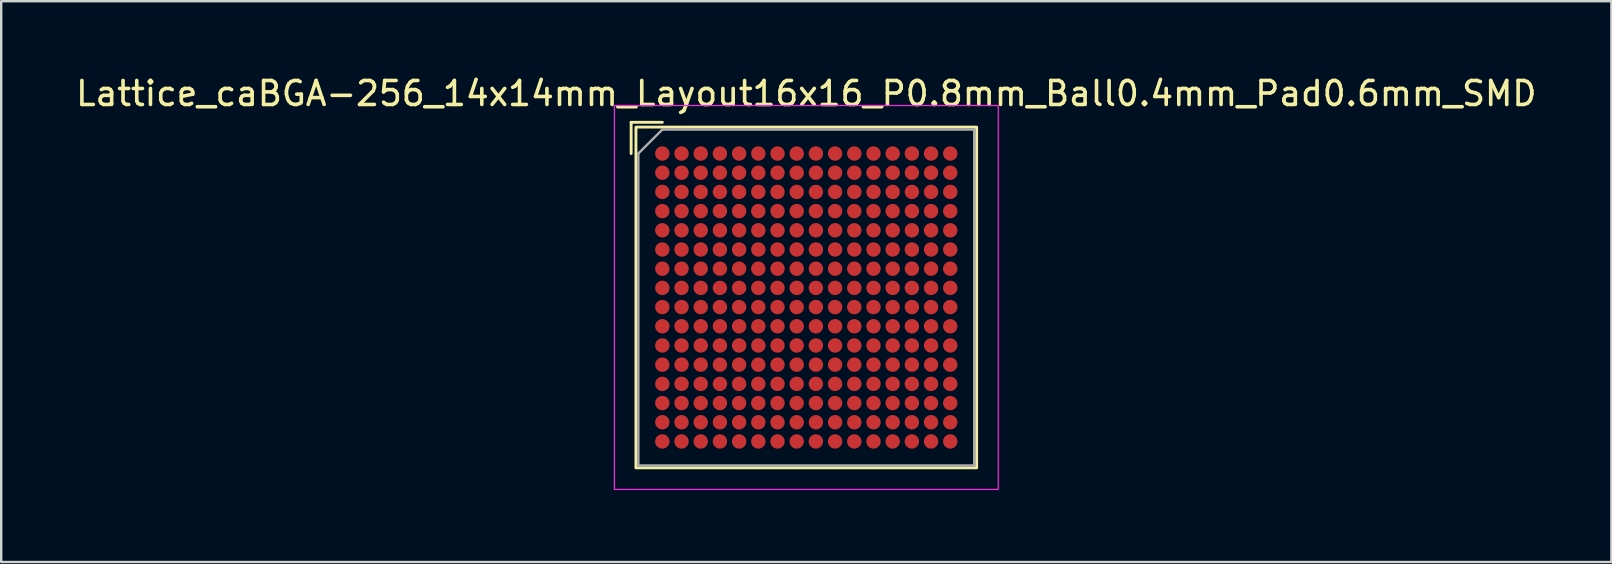
<source format=kicad_pcb>
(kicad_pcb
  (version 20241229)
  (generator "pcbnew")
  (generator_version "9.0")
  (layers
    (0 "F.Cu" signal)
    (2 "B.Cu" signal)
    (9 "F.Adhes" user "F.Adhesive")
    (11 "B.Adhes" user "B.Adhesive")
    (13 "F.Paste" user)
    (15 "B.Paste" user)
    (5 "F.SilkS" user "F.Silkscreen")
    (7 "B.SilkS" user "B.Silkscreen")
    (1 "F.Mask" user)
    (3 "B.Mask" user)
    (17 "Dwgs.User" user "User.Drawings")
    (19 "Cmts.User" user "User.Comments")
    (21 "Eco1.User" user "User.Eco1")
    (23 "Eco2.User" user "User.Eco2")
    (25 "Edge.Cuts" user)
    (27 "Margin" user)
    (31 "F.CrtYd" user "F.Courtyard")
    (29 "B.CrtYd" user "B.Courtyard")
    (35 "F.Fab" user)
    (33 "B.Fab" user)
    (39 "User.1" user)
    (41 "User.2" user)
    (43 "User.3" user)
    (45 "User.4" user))
  (footprint "Lattice_caBGA-256_14x14mm_Layout16x16_P0.8mm_Ball0.4mm_Pad0.6mm_SMD"
    (layer "F.Cu")
    (at 30.554 9.348)
    (property "Reference" "Lattice_caBGA-256_14x14mm_Layout16x16_P0.8mm_Ball0.4mm_Pad0.6mm_SMD" (at 0 -8.5 0) (unlocked yes) (layer "F.SilkS") (effects (font (size 1 1) (thickness 0.15))))
    (attr smd)
    (fp_line (start -7.3 -7.3) (end -7.3 -6) (stroke (width 0.12) (type solid)) (layer "F.SilkS"))
    (fp_line (start -7.3 -7.3) (end -6 -7.3) (stroke (width 0.12) (type solid)) (layer "F.SilkS"))
    (fp_rect (start -7.1 -7.1) (end 7.1 7.1) (stroke (width 0.12) (type solid)) (fill no) (layer "F.SilkS"))
    (fp_rect (start -8 -8) (end 8 8) (stroke (width 0.05) (type solid)) (fill no) (layer "F.CrtYd"))
    (fp_line (start -7 -6) (end -6 -7) (stroke (width 0.1) (type solid)) (layer "F.Fab"))
    (fp_line (start -7 7) (end -7 -6) (stroke (width 0.1) (type solid)) (layer "F.Fab"))
    (fp_line (start -6 -7) (end 7 -7) (stroke (width 0.1) (type solid)) (layer "F.Fab"))
    (fp_line (start 7 -7) (end 7 7) (stroke (width 0.1) (type solid)) (layer "F.Fab"))
    (fp_line (start 7 7) (end -7 7) (stroke (width 0.1) (type solid)) (layer "F.Fab"))
    (pad "A1" smd circle (at -6 -6) (size 0.6 0.6) (layers "F.Cu" "F.Mask" "F.Paste"))
    (pad "A2" smd circle (at -5.2 -6) (size 0.6 0.6) (layers "F.Cu" "F.Mask" "F.Paste"))
    (pad "A3" smd circle (at -4.4 -6) (size 0.6 0.6) (layers "F.Cu" "F.Mask" "F.Paste"))
    (pad "A4" smd circle (at -3.6 -6) (size 0.6 0.6) (layers "F.Cu" "F.Mask" "F.Paste"))
    (pad "A5" smd circle (at -2.8 -6) (size 0.6 0.6) (layers "F.Cu" "F.Mask" "F.Paste"))
    (pad "A6" smd circle (at -2 -6) (size 0.6 0.6) (layers "F.Cu" "F.Mask" "F.Paste"))
    (pad "A7" smd circle (at -1.2 -6) (size 0.6 0.6) (layers "F.Cu" "F.Mask" "F.Paste"))
    (pad "A8" smd circle (at -0.4 -6) (size 0.6 0.6) (layers "F.Cu" "F.Mask" "F.Paste"))
    (pad "A9" smd circle (at 0.4 -6) (size 0.6 0.6) (layers "F.Cu" "F.Mask" "F.Paste"))
    (pad "A10" smd circle (at 1.2 -6) (size 0.6 0.6) (layers "F.Cu" "F.Mask" "F.Paste"))
    (pad "A11" smd circle (at 2 -6) (size 0.6 0.6) (layers "F.Cu" "F.Mask" "F.Paste"))
    (pad "A12" smd circle (at 2.8 -6) (size 0.6 0.6) (layers "F.Cu" "F.Mask" "F.Paste"))
    (pad "A13" smd circle (at 3.6 -6) (size 0.6 0.6) (layers "F.Cu" "F.Mask" "F.Paste"))
    (pad "A14" smd circle (at 4.4 -6) (size 0.6 0.6) (layers "F.Cu" "F.Mask" "F.Paste"))
    (pad "A15" smd circle (at 5.2 -6) (size 0.6 0.6) (layers "F.Cu" "F.Mask" "F.Paste"))
    (pad "A16" smd circle (at 6 -6) (size 0.6 0.6) (layers "F.Cu" "F.Mask" "F.Paste"))
    (pad "B1" smd circle (at -6 -5.2) (size 0.6 0.6) (layers "F.Cu" "F.Mask" "F.Paste"))
    (pad "B2" smd circle (at -5.2 -5.2) (size 0.6 0.6) (layers "F.Cu" "F.Mask" "F.Paste"))
    (pad "B3" smd circle (at -4.4 -5.2) (size 0.6 0.6) (layers "F.Cu" "F.Mask" "F.Paste"))
    (pad "B4" smd circle (at -3.6 -5.2) (size 0.6 0.6) (layers "F.Cu" "F.Mask" "F.Paste"))
    (pad "B5" smd circle (at -2.8 -5.2) (size 0.6 0.6) (layers "F.Cu" "F.Mask" "F.Paste"))
    (pad "B6" smd circle (at -2 -5.2) (size 0.6 0.6) (layers "F.Cu" "F.Mask" "F.Paste"))
    (pad "B7" smd circle (at -1.2 -5.2) (size 0.6 0.6) (layers "F.Cu" "F.Mask" "F.Paste"))
    (pad "B8" smd circle (at -0.4 -5.2) (size 0.6 0.6) (layers "F.Cu" "F.Mask" "F.Paste"))
    (pad "B9" smd circle (at 0.4 -5.2) (size 0.6 0.6) (layers "F.Cu" "F.Mask" "F.Paste"))
    (pad "B10" smd circle (at 1.2 -5.2) (size 0.6 0.6) (layers "F.Cu" "F.Mask" "F.Paste"))
    (pad "B11" smd circle (at 2 -5.2) (size 0.6 0.6) (layers "F.Cu" "F.Mask" "F.Paste"))
    (pad "B12" smd circle (at 2.8 -5.2) (size 0.6 0.6) (layers "F.Cu" "F.Mask" "F.Paste"))
    (pad "B13" smd circle (at 3.6 -5.2) (size 0.6 0.6) (layers "F.Cu" "F.Mask" "F.Paste"))
    (pad "B14" smd circle (at 4.4 -5.2) (size 0.6 0.6) (layers "F.Cu" "F.Mask" "F.Paste"))
    (pad "B15" smd circle (at 5.2 -5.2) (size 0.6 0.6) (layers "F.Cu" "F.Mask" "F.Paste"))
    (pad "B16" smd circle (at 6 -5.2) (size 0.6 0.6) (layers "F.Cu" "F.Mask" "F.Paste"))
    (pad "C1" smd circle (at -6 -4.4) (size 0.6 0.6) (layers "F.Cu" "F.Mask" "F.Paste"))
    (pad "C2" smd circle (at -5.2 -4.4) (size 0.6 0.6) (layers "F.Cu" "F.Mask" "F.Paste"))
    (pad "C3" smd circle (at -4.4 -4.4) (size 0.6 0.6) (layers "F.Cu" "F.Mask" "F.Paste"))
    (pad "C4" smd circle (at -3.6 -4.4) (size 0.6 0.6) (layers "F.Cu" "F.Mask" "F.Paste"))
    (pad "C5" smd circle (at -2.8 -4.4) (size 0.6 0.6) (layers "F.Cu" "F.Mask" "F.Paste"))
    (pad "C6" smd circle (at -2 -4.4) (size 0.6 0.6) (layers "F.Cu" "F.Mask" "F.Paste"))
    (pad "C7" smd circle (at -1.2 -4.4) (size 0.6 0.6) (layers "F.Cu" "F.Mask" "F.Paste"))
    (pad "C8" smd circle (at -0.4 -4.4) (size 0.6 0.6) (layers "F.Cu" "F.Mask" "F.Paste"))
    (pad "C9" smd circle (at 0.4 -4.4) (size 0.6 0.6) (layers "F.Cu" "F.Mask" "F.Paste"))
    (pad "C10" smd circle (at 1.2 -4.4) (size 0.6 0.6) (layers "F.Cu" "F.Mask" "F.Paste"))
    (pad "C11" smd circle (at 2 -4.4) (size 0.6 0.6) (layers "F.Cu" "F.Mask" "F.Paste"))
    (pad "C12" smd circle (at 2.8 -4.4) (size 0.6 0.6) (layers "F.Cu" "F.Mask" "F.Paste"))
    (pad "C13" smd circle (at 3.6 -4.4) (size 0.6 0.6) (layers "F.Cu" "F.Mask" "F.Paste"))
    (pad "C14" smd circle (at 4.4 -4.4) (size 0.6 0.6) (layers "F.Cu" "F.Mask" "F.Paste"))
    (pad "C15" smd circle (at 5.2 -4.4) (size 0.6 0.6) (layers "F.Cu" "F.Mask" "F.Paste"))
    (pad "C16" smd circle (at 6 -4.4) (size 0.6 0.6) (layers "F.Cu" "F.Mask" "F.Paste"))
    (pad "D1" smd circle (at -6 -3.6) (size 0.6 0.6) (layers "F.Cu" "F.Mask" "F.Paste"))
    (pad "D2" smd circle (at -5.2 -3.6) (size 0.6 0.6) (layers "F.Cu" "F.Mask" "F.Paste"))
    (pad "D3" smd circle (at -4.4 -3.6) (size 0.6 0.6) (layers "F.Cu" "F.Mask" "F.Paste"))
    (pad "D4" smd circle (at -3.6 -3.6) (size 0.6 0.6) (layers "F.Cu" "F.Mask" "F.Paste"))
    (pad "D5" smd circle (at -2.8 -3.6) (size 0.6 0.6) (layers "F.Cu" "F.Mask" "F.Paste"))
    (pad "D6" smd circle (at -2 -3.6) (size 0.6 0.6) (layers "F.Cu" "F.Mask" "F.Paste"))
    (pad "D7" smd circle (at -1.2 -3.6) (size 0.6 0.6) (layers "F.Cu" "F.Mask" "F.Paste"))
    (pad "D8" smd circle (at -0.4 -3.6) (size 0.6 0.6) (layers "F.Cu" "F.Mask" "F.Paste"))
    (pad "D9" smd circle (at 0.4 -3.6) (size 0.6 0.6) (layers "F.Cu" "F.Mask" "F.Paste"))
    (pad "D10" smd circle (at 1.2 -3.6) (size 0.6 0.6) (layers "F.Cu" "F.Mask" "F.Paste"))
    (pad "D11" smd circle (at 2 -3.6) (size 0.6 0.6) (layers "F.Cu" "F.Mask" "F.Paste"))
    (pad "D12" smd circle (at 2.8 -3.6) (size 0.6 0.6) (layers "F.Cu" "F.Mask" "F.Paste"))
    (pad "D13" smd circle (at 3.6 -3.6) (size 0.6 0.6) (layers "F.Cu" "F.Mask" "F.Paste"))
    (pad "D14" smd circle (at 4.4 -3.6) (size 0.6 0.6) (layers "F.Cu" "F.Mask" "F.Paste"))
    (pad "D15" smd circle (at 5.2 -3.6) (size 0.6 0.6) (layers "F.Cu" "F.Mask" "F.Paste"))
    (pad "D16" smd circle (at 6 -3.6) (size 0.6 0.6) (layers "F.Cu" "F.Mask" "F.Paste"))
    (pad "E1" smd circle (at -6 -2.8) (size 0.6 0.6) (layers "F.Cu" "F.Mask" "F.Paste"))
    (pad "E2" smd circle (at -5.2 -2.8) (size 0.6 0.6) (layers "F.Cu" "F.Mask" "F.Paste"))
    (pad "E3" smd circle (at -4.4 -2.8) (size 0.6 0.6) (layers "F.Cu" "F.Mask" "F.Paste"))
    (pad "E4" smd circle (at -3.6 -2.8) (size 0.6 0.6) (layers "F.Cu" "F.Mask" "F.Paste"))
    (pad "E5" smd circle (at -2.8 -2.8) (size 0.6 0.6) (layers "F.Cu" "F.Mask" "F.Paste"))
    (pad "E6" smd circle (at -2 -2.8) (size 0.6 0.6) (layers "F.Cu" "F.Mask" "F.Paste"))
    (pad "E7" smd circle (at -1.2 -2.8) (size 0.6 0.6) (layers "F.Cu" "F.Mask" "F.Paste"))
    (pad "E8" smd circle (at -0.4 -2.8) (size 0.6 0.6) (layers "F.Cu" "F.Mask" "F.Paste"))
    (pad "E9" smd circle (at 0.4 -2.8) (size 0.6 0.6) (layers "F.Cu" "F.Mask" "F.Paste"))
    (pad "E10" smd circle (at 1.2 -2.8) (size 0.6 0.6) (layers "F.Cu" "F.Mask" "F.Paste"))
    (pad "E11" smd circle (at 2 -2.8) (size 0.6 0.6) (layers "F.Cu" "F.Mask" "F.Paste"))
    (pad "E12" smd circle (at 2.8 -2.8) (size 0.6 0.6) (layers "F.Cu" "F.Mask" "F.Paste"))
    (pad "E13" smd circle (at 3.6 -2.8) (size 0.6 0.6) (layers "F.Cu" "F.Mask" "F.Paste"))
    (pad "E14" smd circle (at 4.4 -2.8) (size 0.6 0.6) (layers "F.Cu" "F.Mask" "F.Paste"))
    (pad "E15" smd circle (at 5.2 -2.8) (size 0.6 0.6) (layers "F.Cu" "F.Mask" "F.Paste"))
    (pad "E16" smd circle (at 6 -2.8) (size 0.6 0.6) (layers "F.Cu" "F.Mask" "F.Paste"))
    (pad "F1" smd circle (at -6 -2) (size 0.6 0.6) (layers "F.Cu" "F.Mask" "F.Paste"))
    (pad "F2" smd circle (at -5.2 -2) (size 0.6 0.6) (layers "F.Cu" "F.Mask" "F.Paste"))
    (pad "F3" smd circle (at -4.4 -2) (size 0.6 0.6) (layers "F.Cu" "F.Mask" "F.Paste"))
    (pad "F4" smd circle (at -3.6 -2) (size 0.6 0.6) (layers "F.Cu" "F.Mask" "F.Paste"))
    (pad "F5" smd circle (at -2.8 -2) (size 0.6 0.6) (layers "F.Cu" "F.Mask" "F.Paste"))
    (pad "F6" smd circle (at -2 -2) (size 0.6 0.6) (layers "F.Cu" "F.Mask" "F.Paste"))
    (pad "F7" smd circle (at -1.2 -2) (size 0.6 0.6) (layers "F.Cu" "F.Mask" "F.Paste"))
    (pad "F8" smd circle (at -0.4 -2) (size 0.6 0.6) (layers "F.Cu" "F.Mask" "F.Paste"))
    (pad "F9" smd circle (at 0.4 -2) (size 0.6 0.6) (layers "F.Cu" "F.Mask" "F.Paste"))
    (pad "F10" smd circle (at 1.2 -2) (size 0.6 0.6) (layers "F.Cu" "F.Mask" "F.Paste"))
    (pad "F11" smd circle (at 2 -2) (size 0.6 0.6) (layers "F.Cu" "F.Mask" "F.Paste"))
    (pad "F12" smd circle (at 2.8 -2) (size 0.6 0.6) (layers "F.Cu" "F.Mask" "F.Paste"))
    (pad "F13" smd circle (at 3.6 -2) (size 0.6 0.6) (layers "F.Cu" "F.Mask" "F.Paste"))
    (pad "F14" smd circle (at 4.4 -2) (size 0.6 0.6) (layers "F.Cu" "F.Mask" "F.Paste"))
    (pad "F15" smd circle (at 5.2 -2) (size 0.6 0.6) (layers "F.Cu" "F.Mask" "F.Paste"))
    (pad "F16" smd circle (at 6 -2) (size 0.6 0.6) (layers "F.Cu" "F.Mask" "F.Paste"))
    (pad "G1" smd circle (at -6 -1.2) (size 0.6 0.6) (layers "F.Cu" "F.Mask" "F.Paste"))
    (pad "G2" smd circle (at -5.2 -1.2) (size 0.6 0.6) (layers "F.Cu" "F.Mask" "F.Paste"))
    (pad "G3" smd circle (at -4.4 -1.2) (size 0.6 0.6) (layers "F.Cu" "F.Mask" "F.Paste"))
    (pad "G4" smd circle (at -3.6 -1.2) (size 0.6 0.6) (layers "F.Cu" "F.Mask" "F.Paste"))
    (pad "G5" smd circle (at -2.8 -1.2) (size 0.6 0.6) (layers "F.Cu" "F.Mask" "F.Paste"))
    (pad "G6" smd circle (at -2 -1.2) (size 0.6 0.6) (layers "F.Cu" "F.Mask" "F.Paste"))
    (pad "G7" smd circle (at -1.2 -1.2) (size 0.6 0.6) (layers "F.Cu" "F.Mask" "F.Paste"))
    (pad "G8" smd circle (at -0.4 -1.2) (size 0.6 0.6) (layers "F.Cu" "F.Mask" "F.Paste"))
    (pad "G9" smd circle (at 0.4 -1.2) (size 0.6 0.6) (layers "F.Cu" "F.Mask" "F.Paste"))
    (pad "G10" smd circle (at 1.2 -1.2) (size 0.6 0.6) (layers "F.Cu" "F.Mask" "F.Paste"))
    (pad "G11" smd circle (at 2 -1.2) (size 0.6 0.6) (layers "F.Cu" "F.Mask" "F.Paste"))
    (pad "G12" smd circle (at 2.8 -1.2) (size 0.6 0.6) (layers "F.Cu" "F.Mask" "F.Paste"))
    (pad "G13" smd circle (at 3.6 -1.2) (size 0.6 0.6) (layers "F.Cu" "F.Mask" "F.Paste"))
    (pad "G14" smd circle (at 4.4 -1.2) (size 0.6 0.6) (layers "F.Cu" "F.Mask" "F.Paste"))
    (pad "G15" smd circle (at 5.2 -1.2) (size 0.6 0.6) (layers "F.Cu" "F.Mask" "F.Paste"))
    (pad "G16" smd circle (at 6 -1.2) (size 0.6 0.6) (layers "F.Cu" "F.Mask" "F.Paste"))
    (pad "H1" smd circle (at -6 -0.4) (size 0.6 0.6) (layers "F.Cu" "F.Mask" "F.Paste"))
    (pad "H2" smd circle (at -5.2 -0.4) (size 0.6 0.6) (layers "F.Cu" "F.Mask" "F.Paste"))
    (pad "H3" smd circle (at -4.4 -0.4) (size 0.6 0.6) (layers "F.Cu" "F.Mask" "F.Paste"))
    (pad "H4" smd circle (at -3.6 -0.4) (size 0.6 0.6) (layers "F.Cu" "F.Mask" "F.Paste"))
    (pad "H5" smd circle (at -2.8 -0.4) (size 0.6 0.6) (layers "F.Cu" "F.Mask" "F.Paste"))
    (pad "H6" smd circle (at -2 -0.4) (size 0.6 0.6) (layers "F.Cu" "F.Mask" "F.Paste"))
    (pad "H7" smd circle (at -1.2 -0.4) (size 0.6 0.6) (layers "F.Cu" "F.Mask" "F.Paste"))
    (pad "H8" smd circle (at -0.4 -0.4) (size 0.6 0.6) (layers "F.Cu" "F.Mask" "F.Paste"))
    (pad "H9" smd circle (at 0.4 -0.4) (size 0.6 0.6) (layers "F.Cu" "F.Mask" "F.Paste"))
    (pad "H10" smd circle (at 1.2 -0.4) (size 0.6 0.6) (layers "F.Cu" "F.Mask" "F.Paste"))
    (pad "H11" smd circle (at 2 -0.4) (size 0.6 0.6) (layers "F.Cu" "F.Mask" "F.Paste"))
    (pad "H12" smd circle (at 2.8 -0.4) (size 0.6 0.6) (layers "F.Cu" "F.Mask" "F.Paste"))
    (pad "H13" smd circle (at 3.6 -0.4) (size 0.6 0.6) (layers "F.Cu" "F.Mask" "F.Paste"))
    (pad "H14" smd circle (at 4.4 -0.4) (size 0.6 0.6) (layers "F.Cu" "F.Mask" "F.Paste"))
    (pad "H15" smd circle (at 5.2 -0.4) (size 0.6 0.6) (layers "F.Cu" "F.Mask" "F.Paste"))
    (pad "H16" smd circle (at 6 -0.4) (size 0.6 0.6) (layers "F.Cu" "F.Mask" "F.Paste"))
    (pad "J1" smd circle (at -6 0.4) (size 0.6 0.6) (layers "F.Cu" "F.Mask" "F.Paste"))
    (pad "J2" smd circle (at -5.2 0.4) (size 0.6 0.6) (layers "F.Cu" "F.Mask" "F.Paste"))
    (pad "J3" smd circle (at -4.4 0.4) (size 0.6 0.6) (layers "F.Cu" "F.Mask" "F.Paste"))
    (pad "J4" smd circle (at -3.6 0.4) (size 0.6 0.6) (layers "F.Cu" "F.Mask" "F.Paste"))
    (pad "J5" smd circle (at -2.8 0.4) (size 0.6 0.6) (layers "F.Cu" "F.Mask" "F.Paste"))
    (pad "J6" smd circle (at -2 0.4) (size 0.6 0.6) (layers "F.Cu" "F.Mask" "F.Paste"))
    (pad "J7" smd circle (at -1.2 0.4) (size 0.6 0.6) (layers "F.Cu" "F.Mask" "F.Paste"))
    (pad "J8" smd circle (at -0.4 0.4) (size 0.6 0.6) (layers "F.Cu" "F.Mask" "F.Paste"))
    (pad "J9" smd circle (at 0.4 0.4) (size 0.6 0.6) (layers "F.Cu" "F.Mask" "F.Paste"))
    (pad "J10" smd circle (at 1.2 0.4) (size 0.6 0.6) (layers "F.Cu" "F.Mask" "F.Paste"))
    (pad "J11" smd circle (at 2 0.4) (size 0.6 0.6) (layers "F.Cu" "F.Mask" "F.Paste"))
    (pad "J12" smd circle (at 2.8 0.4) (size 0.6 0.6) (layers "F.Cu" "F.Mask" "F.Paste"))
    (pad "J13" smd circle (at 3.6 0.4) (size 0.6 0.6) (layers "F.Cu" "F.Mask" "F.Paste"))
    (pad "J14" smd circle (at 4.4 0.4) (size 0.6 0.6) (layers "F.Cu" "F.Mask" "F.Paste"))
    (pad "J15" smd circle (at 5.2 0.4) (size 0.6 0.6) (layers "F.Cu" "F.Mask" "F.Paste"))
    (pad "J16" smd circle (at 6 0.4) (size 0.6 0.6) (layers "F.Cu" "F.Mask" "F.Paste"))
    (pad "K1" smd circle (at -6 1.2) (size 0.6 0.6) (layers "F.Cu" "F.Mask" "F.Paste"))
    (pad "K2" smd circle (at -5.2 1.2) (size 0.6 0.6) (layers "F.Cu" "F.Mask" "F.Paste"))
    (pad "K3" smd circle (at -4.4 1.2) (size 0.6 0.6) (layers "F.Cu" "F.Mask" "F.Paste"))
    (pad "K4" smd circle (at -3.6 1.2) (size 0.6 0.6) (layers "F.Cu" "F.Mask" "F.Paste"))
    (pad "K5" smd circle (at -2.8 1.2) (size 0.6 0.6) (layers "F.Cu" "F.Mask" "F.Paste"))
    (pad "K6" smd circle (at -2 1.2) (size 0.6 0.6) (layers "F.Cu" "F.Mask" "F.Paste"))
    (pad "K7" smd circle (at -1.2 1.2) (size 0.6 0.6) (layers "F.Cu" "F.Mask" "F.Paste"))
    (pad "K8" smd circle (at -0.4 1.2) (size 0.6 0.6) (layers "F.Cu" "F.Mask" "F.Paste"))
    (pad "K9" smd circle (at 0.4 1.2) (size 0.6 0.6) (layers "F.Cu" "F.Mask" "F.Paste"))
    (pad "K10" smd circle (at 1.2 1.2) (size 0.6 0.6) (layers "F.Cu" "F.Mask" "F.Paste"))
    (pad "K11" smd circle (at 2 1.2) (size 0.6 0.6) (layers "F.Cu" "F.Mask" "F.Paste"))
    (pad "K12" smd circle (at 2.8 1.2) (size 0.6 0.6) (layers "F.Cu" "F.Mask" "F.Paste"))
    (pad "K13" smd circle (at 3.6 1.2) (size 0.6 0.6) (layers "F.Cu" "F.Mask" "F.Paste"))
    (pad "K14" smd circle (at 4.4 1.2) (size 0.6 0.6) (layers "F.Cu" "F.Mask" "F.Paste"))
    (pad "K15" smd circle (at 5.2 1.2) (size 0.6 0.6) (layers "F.Cu" "F.Mask" "F.Paste"))
    (pad "K16" smd circle (at 6 1.2) (size 0.6 0.6) (layers "F.Cu" "F.Mask" "F.Paste"))
    (pad "L1" smd circle (at -6 2) (size 0.6 0.6) (layers "F.Cu" "F.Mask" "F.Paste"))
    (pad "L2" smd circle (at -5.2 2) (size 0.6 0.6) (layers "F.Cu" "F.Mask" "F.Paste"))
    (pad "L3" smd circle (at -4.4 2) (size 0.6 0.6) (layers "F.Cu" "F.Mask" "F.Paste"))
    (pad "L4" smd circle (at -3.6 2) (size 0.6 0.6) (layers "F.Cu" "F.Mask" "F.Paste"))
    (pad "L5" smd circle (at -2.8 2) (size 0.6 0.6) (layers "F.Cu" "F.Mask" "F.Paste"))
    (pad "L6" smd circle (at -2 2) (size 0.6 0.6) (layers "F.Cu" "F.Mask" "F.Paste"))
    (pad "L7" smd circle (at -1.2 2) (size 0.6 0.6) (layers "F.Cu" "F.Mask" "F.Paste"))
    (pad "L8" smd circle (at -0.4 2) (size 0.6 0.6) (layers "F.Cu" "F.Mask" "F.Paste"))
    (pad "L9" smd circle (at 0.4 2) (size 0.6 0.6) (layers "F.Cu" "F.Mask" "F.Paste"))
    (pad "L10" smd circle (at 1.2 2) (size 0.6 0.6) (layers "F.Cu" "F.Mask" "F.Paste"))
    (pad "L11" smd circle (at 2 2) (size 0.6 0.6) (layers "F.Cu" "F.Mask" "F.Paste"))
    (pad "L12" smd circle (at 2.8 2) (size 0.6 0.6) (layers "F.Cu" "F.Mask" "F.Paste"))
    (pad "L13" smd circle (at 3.6 2) (size 0.6 0.6) (layers "F.Cu" "F.Mask" "F.Paste"))
    (pad "L14" smd circle (at 4.4 2) (size 0.6 0.6) (layers "F.Cu" "F.Mask" "F.Paste"))
    (pad "L15" smd circle (at 5.2 2) (size 0.6 0.6) (layers "F.Cu" "F.Mask" "F.Paste"))
    (pad "L16" smd circle (at 6 2) (size 0.6 0.6) (layers "F.Cu" "F.Mask" "F.Paste"))
    (pad "M1" smd circle (at -6 2.8) (size 0.6 0.6) (layers "F.Cu" "F.Mask" "F.Paste"))
    (pad "M2" smd circle (at -5.2 2.8) (size 0.6 0.6) (layers "F.Cu" "F.Mask" "F.Paste"))
    (pad "M3" smd circle (at -4.4 2.8) (size 0.6 0.6) (layers "F.Cu" "F.Mask" "F.Paste"))
    (pad "M4" smd circle (at -3.6 2.8) (size 0.6 0.6) (layers "F.Cu" "F.Mask" "F.Paste"))
    (pad "M5" smd circle (at -2.8 2.8) (size 0.6 0.6) (layers "F.Cu" "F.Mask" "F.Paste"))
    (pad "M6" smd circle (at -2 2.8) (size 0.6 0.6) (layers "F.Cu" "F.Mask" "F.Paste"))
    (pad "M7" smd circle (at -1.2 2.8) (size 0.6 0.6) (layers "F.Cu" "F.Mask" "F.Paste"))
    (pad "M8" smd circle (at -0.4 2.8) (size 0.6 0.6) (layers "F.Cu" "F.Mask" "F.Paste"))
    (pad "M9" smd circle (at 0.4 2.8) (size 0.6 0.6) (layers "F.Cu" "F.Mask" "F.Paste"))
    (pad "M10" smd circle (at 1.2 2.8) (size 0.6 0.6) (layers "F.Cu" "F.Mask" "F.Paste"))
    (pad "M11" smd circle (at 2 2.8) (size 0.6 0.6) (layers "F.Cu" "F.Mask" "F.Paste"))
    (pad "M12" smd circle (at 2.8 2.8) (size 0.6 0.6) (layers "F.Cu" "F.Mask" "F.Paste"))
    (pad "M13" smd circle (at 3.6 2.8) (size 0.6 0.6) (layers "F.Cu" "F.Mask" "F.Paste"))
    (pad "M14" smd circle (at 4.4 2.8) (size 0.6 0.6) (layers "F.Cu" "F.Mask" "F.Paste"))
    (pad "M15" smd circle (at 5.2 2.8) (size 0.6 0.6) (layers "F.Cu" "F.Mask" "F.Paste"))
    (pad "M16" smd circle (at 6 2.8) (size 0.6 0.6) (layers "F.Cu" "F.Mask" "F.Paste"))
    (pad "N1" smd circle (at -6 3.6) (size 0.6 0.6) (layers "F.Cu" "F.Mask" "F.Paste"))
    (pad "N2" smd circle (at -5.2 3.6) (size 0.6 0.6) (layers "F.Cu" "F.Mask" "F.Paste"))
    (pad "N3" smd circle (at -4.4 3.6) (size 0.6 0.6) (layers "F.Cu" "F.Mask" "F.Paste"))
    (pad "N4" smd circle (at -3.6 3.6) (size 0.6 0.6) (layers "F.Cu" "F.Mask" "F.Paste"))
    (pad "N5" smd circle (at -2.8 3.6) (size 0.6 0.6) (layers "F.Cu" "F.Mask" "F.Paste"))
    (pad "N6" smd circle (at -2 3.6) (size 0.6 0.6) (layers "F.Cu" "F.Mask" "F.Paste"))
    (pad "N7" smd circle (at -1.2 3.6) (size 0.6 0.6) (layers "F.Cu" "F.Mask" "F.Paste"))
    (pad "N8" smd circle (at -0.4 3.6) (size 0.6 0.6) (layers "F.Cu" "F.Mask" "F.Paste"))
    (pad "N9" smd circle (at 0.4 3.6) (size 0.6 0.6) (layers "F.Cu" "F.Mask" "F.Paste"))
    (pad "N10" smd circle (at 1.2 3.6) (size 0.6 0.6) (layers "F.Cu" "F.Mask" "F.Paste"))
    (pad "N11" smd circle (at 2 3.6) (size 0.6 0.6) (layers "F.Cu" "F.Mask" "F.Paste"))
    (pad "N12" smd circle (at 2.8 3.6) (size 0.6 0.6) (layers "F.Cu" "F.Mask" "F.Paste"))
    (pad "N13" smd circle (at 3.6 3.6) (size 0.6 0.6) (layers "F.Cu" "F.Mask" "F.Paste"))
    (pad "N14" smd circle (at 4.4 3.6) (size 0.6 0.6) (layers "F.Cu" "F.Mask" "F.Paste"))
    (pad "N15" smd circle (at 5.2 3.6) (size 0.6 0.6) (layers "F.Cu" "F.Mask" "F.Paste"))
    (pad "N16" smd circle (at 6 3.6) (size 0.6 0.6) (layers "F.Cu" "F.Mask" "F.Paste"))
    (pad "P1" smd circle (at -6 4.4) (size 0.6 0.6) (layers "F.Cu" "F.Mask" "F.Paste"))
    (pad "P2" smd circle (at -5.2 4.4) (size 0.6 0.6) (layers "F.Cu" "F.Mask" "F.Paste"))
    (pad "P3" smd circle (at -4.4 4.4) (size 0.6 0.6) (layers "F.Cu" "F.Mask" "F.Paste"))
    (pad "P4" smd circle (at -3.6 4.4) (size 0.6 0.6) (layers "F.Cu" "F.Mask" "F.Paste"))
    (pad "P5" smd circle (at -2.8 4.4) (size 0.6 0.6) (layers "F.Cu" "F.Mask" "F.Paste"))
    (pad "P6" smd circle (at -2 4.4) (size 0.6 0.6) (layers "F.Cu" "F.Mask" "F.Paste"))
    (pad "P7" smd circle (at -1.2 4.4) (size 0.6 0.6) (layers "F.Cu" "F.Mask" "F.Paste"))
    (pad "P8" smd circle (at -0.4 4.4) (size 0.6 0.6) (layers "F.Cu" "F.Mask" "F.Paste"))
    (pad "P9" smd circle (at 0.4 4.4) (size 0.6 0.6) (layers "F.Cu" "F.Mask" "F.Paste"))
    (pad "P10" smd circle (at 1.2 4.4) (size 0.6 0.6) (layers "F.Cu" "F.Mask" "F.Paste"))
    (pad "P11" smd circle (at 2 4.4) (size 0.6 0.6) (layers "F.Cu" "F.Mask" "F.Paste"))
    (pad "P12" smd circle (at 2.8 4.4) (size 0.6 0.6) (layers "F.Cu" "F.Mask" "F.Paste"))
    (pad "P13" smd circle (at 3.6 4.4) (size 0.6 0.6) (layers "F.Cu" "F.Mask" "F.Paste"))
    (pad "P14" smd circle (at 4.4 4.4) (size 0.6 0.6) (layers "F.Cu" "F.Mask" "F.Paste"))
    (pad "P15" smd circle (at 5.2 4.4) (size 0.6 0.6) (layers "F.Cu" "F.Mask" "F.Paste"))
    (pad "P16" smd circle (at 6 4.4) (size 0.6 0.6) (layers "F.Cu" "F.Mask" "F.Paste"))
    (pad "R1" smd circle (at -6 5.2) (size 0.6 0.6) (layers "F.Cu" "F.Mask" "F.Paste"))
    (pad "R2" smd circle (at -5.2 5.2) (size 0.6 0.6) (layers "F.Cu" "F.Mask" "F.Paste"))
    (pad "R3" smd circle (at -4.4 5.2) (size 0.6 0.6) (layers "F.Cu" "F.Mask" "F.Paste"))
    (pad "R4" smd circle (at -3.6 5.2) (size 0.6 0.6) (layers "F.Cu" "F.Mask" "F.Paste"))
    (pad "R5" smd circle (at -2.8 5.2) (size 0.6 0.6) (layers "F.Cu" "F.Mask" "F.Paste"))
    (pad "R6" smd circle (at -2 5.2) (size 0.6 0.6) (layers "F.Cu" "F.Mask" "F.Paste"))
    (pad "R7" smd circle (at -1.2 5.2) (size 0.6 0.6) (layers "F.Cu" "F.Mask" "F.Paste"))
    (pad "R8" smd circle (at -0.4 5.2) (size 0.6 0.6) (layers "F.Cu" "F.Mask" "F.Paste"))
    (pad "R9" smd circle (at 0.4 5.2) (size 0.6 0.6) (layers "F.Cu" "F.Mask" "F.Paste"))
    (pad "R10" smd circle (at 1.2 5.2) (size 0.6 0.6) (layers "F.Cu" "F.Mask" "F.Paste"))
    (pad "R11" smd circle (at 2 5.2) (size 0.6 0.6) (layers "F.Cu" "F.Mask" "F.Paste"))
    (pad "R12" smd circle (at 2.8 5.2) (size 0.6 0.6) (layers "F.Cu" "F.Mask" "F.Paste"))
    (pad "R13" smd circle (at 3.6 5.2) (size 0.6 0.6) (layers "F.Cu" "F.Mask" "F.Paste"))
    (pad "R14" smd circle (at 4.4 5.2) (size 0.6 0.6) (layers "F.Cu" "F.Mask" "F.Paste"))
    (pad "R15" smd circle (at 5.2 5.2) (size 0.6 0.6) (layers "F.Cu" "F.Mask" "F.Paste"))
    (pad "R16" smd circle (at 6 5.2) (size 0.6 0.6) (layers "F.Cu" "F.Mask" "F.Paste"))
    (pad "T1" smd circle (at -6 6) (size 0.6 0.6) (layers "F.Cu" "F.Mask" "F.Paste"))
    (pad "T2" smd circle (at -5.2 6) (size 0.6 0.6) (layers "F.Cu" "F.Mask" "F.Paste"))
    (pad "T3" smd circle (at -4.4 6) (size 0.6 0.6) (layers "F.Cu" "F.Mask" "F.Paste"))
    (pad "T4" smd circle (at -3.6 6) (size 0.6 0.6) (layers "F.Cu" "F.Mask" "F.Paste"))
    (pad "T5" smd circle (at -2.8 6) (size 0.6 0.6) (layers "F.Cu" "F.Mask" "F.Paste"))
    (pad "T6" smd circle (at -2 6) (size 0.6 0.6) (layers "F.Cu" "F.Mask" "F.Paste"))
    (pad "T7" smd circle (at -1.2 6) (size 0.6 0.6) (layers "F.Cu" "F.Mask" "F.Paste"))
    (pad "T8" smd circle (at -0.4 6) (size 0.6 0.6) (layers "F.Cu" "F.Mask" "F.Paste"))
    (pad "T9" smd circle (at 0.4 6) (size 0.6 0.6) (layers "F.Cu" "F.Mask" "F.Paste"))
    (pad "T10" smd circle (at 1.2 6) (size 0.6 0.6) (layers "F.Cu" "F.Mask" "F.Paste"))
    (pad "T11" smd circle (at 2 6) (size 0.6 0.6) (layers "F.Cu" "F.Mask" "F.Paste"))
    (pad "T12" smd circle (at 2.8 6) (size 0.6 0.6) (layers "F.Cu" "F.Mask" "F.Paste"))
    (pad "T13" smd circle (at 3.6 6) (size 0.6 0.6) (layers "F.Cu" "F.Mask" "F.Paste"))
    (pad "T14" smd circle (at 4.4 6) (size 0.6 0.6) (layers "F.Cu" "F.Mask" "F.Paste"))
    (pad "T15" smd circle (at 5.2 6) (size 0.6 0.6) (layers "F.Cu" "F.Mask" "F.Paste"))
    (pad "T16" smd circle (at 6 6) (size 0.6 0.6) (layers "F.Cu" "F.Mask" "F.Paste")))
  (gr_rect
    (start -3 -3)
    (end 64.107 20.373)
    (stroke (width 0.1) (type default))
    (fill no)
    (layer "Edge.Cuts")))
</source>
